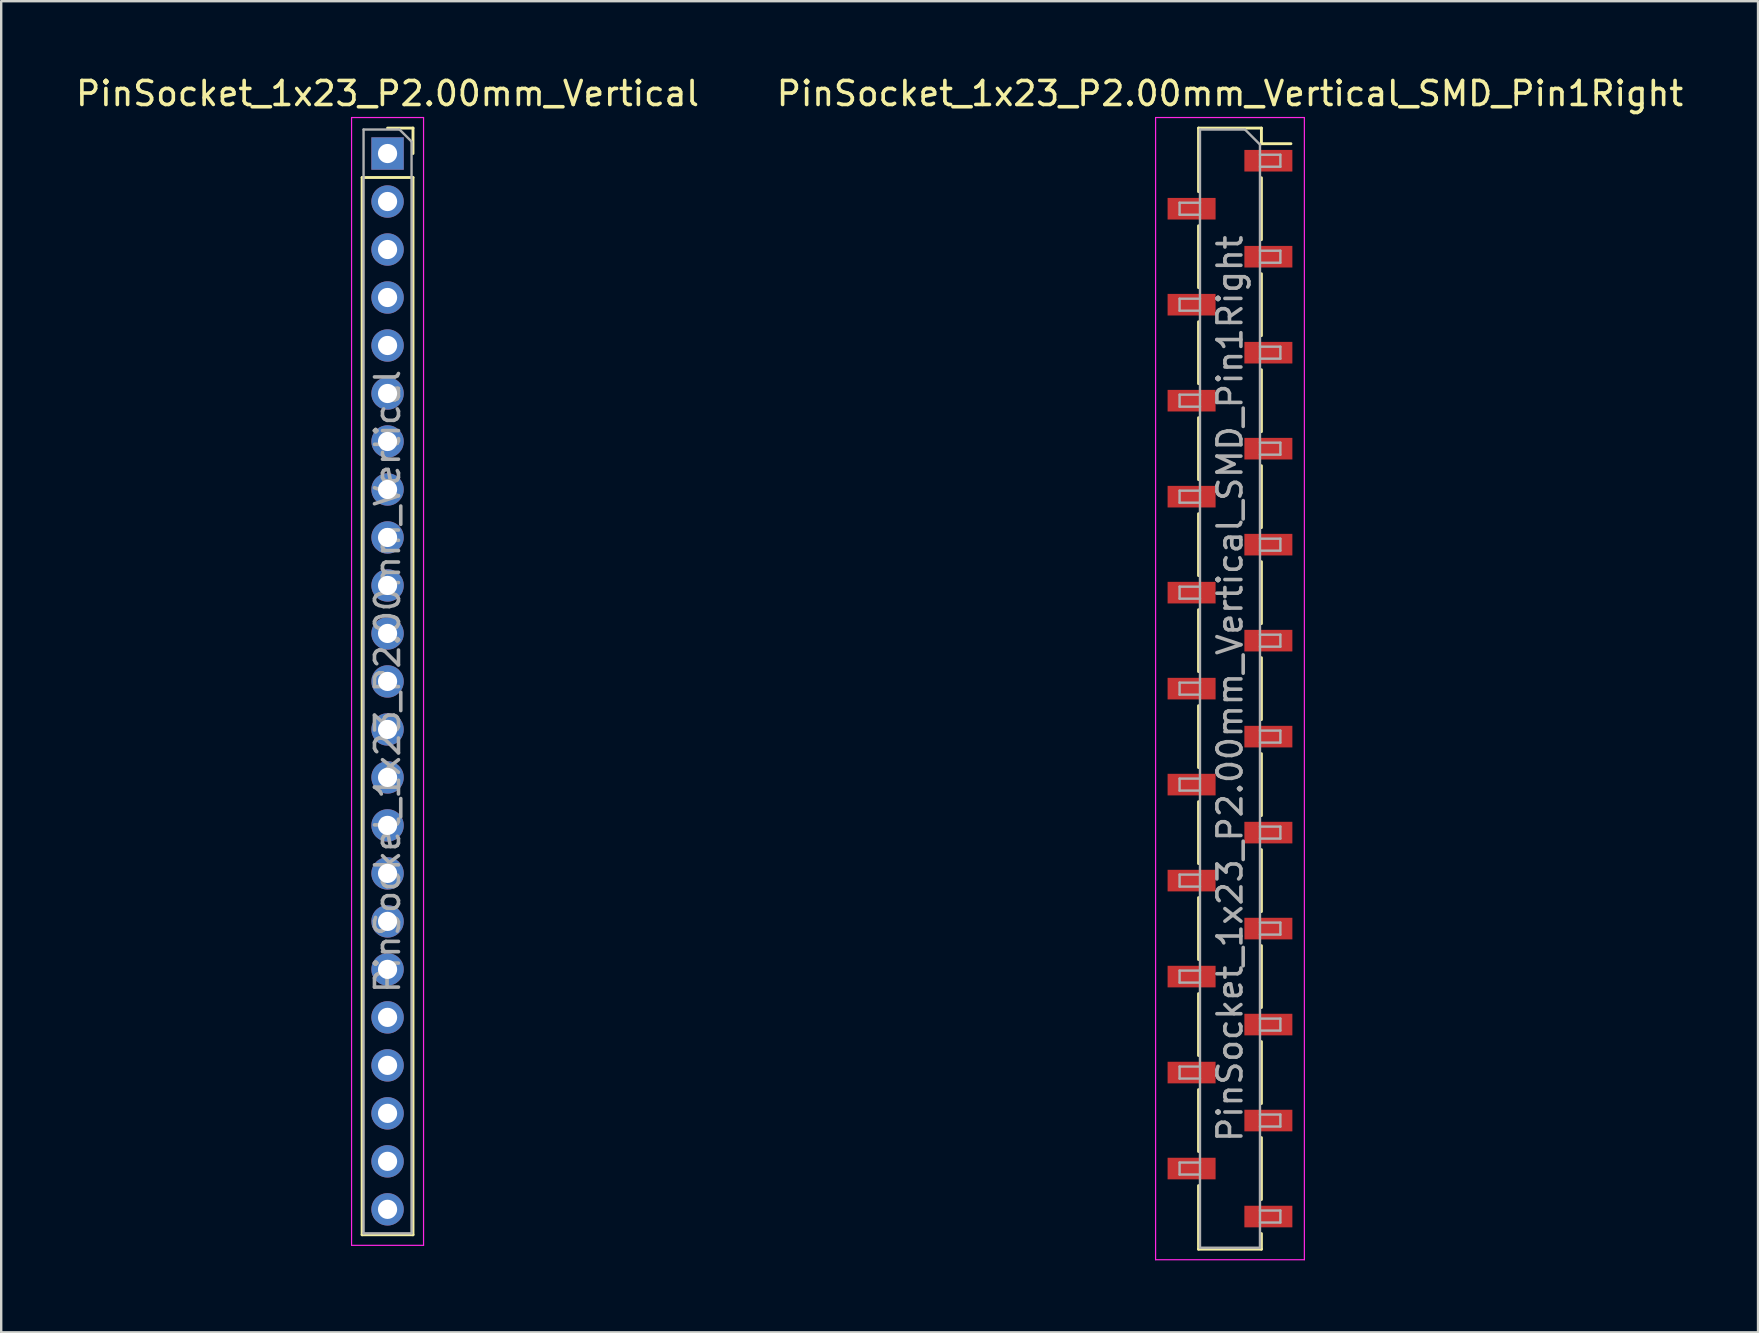
<source format=kicad_pcb>
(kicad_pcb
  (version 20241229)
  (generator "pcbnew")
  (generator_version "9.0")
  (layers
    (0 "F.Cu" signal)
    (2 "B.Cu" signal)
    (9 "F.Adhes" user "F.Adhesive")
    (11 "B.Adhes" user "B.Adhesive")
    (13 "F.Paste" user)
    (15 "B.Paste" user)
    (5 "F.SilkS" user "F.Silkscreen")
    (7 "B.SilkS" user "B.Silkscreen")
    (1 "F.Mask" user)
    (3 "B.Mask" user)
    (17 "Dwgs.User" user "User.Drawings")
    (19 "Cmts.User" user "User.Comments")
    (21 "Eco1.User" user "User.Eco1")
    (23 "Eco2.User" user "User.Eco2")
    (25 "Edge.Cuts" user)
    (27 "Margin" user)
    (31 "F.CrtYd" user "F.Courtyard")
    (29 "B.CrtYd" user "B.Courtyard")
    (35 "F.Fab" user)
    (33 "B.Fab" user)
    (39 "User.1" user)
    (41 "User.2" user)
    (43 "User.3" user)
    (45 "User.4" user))
  (footprint "PinSocket_1x23_P2.00mm_Vertical_SMD_Pin1Right"
    (layer "F.Cu")
    (at 48.208 25.648)
    (property "Reference" "PinSocket_1x23_P2.00mm_Vertical_SMD_Pin1Right" (at 0 -24.8 0) (layer "F.SilkS") (effects (font (size 1 1) (thickness 0.15))))
    (attr smd)
    (fp_line (start -1.31 -23.36) (end -1.31 -20.71) (stroke (width 0.12) (type solid)) (layer "F.SilkS"))
    (fp_line (start -1.31 -23.36) (end 1.31 -23.36) (stroke (width 0.12) (type solid)) (layer "F.SilkS"))
    (fp_line (start -1.31 -19.29) (end -1.31 -16.71) (stroke (width 0.12) (type solid)) (layer "F.SilkS"))
    (fp_line (start -1.31 -15.29) (end -1.31 -12.71) (stroke (width 0.12) (type solid)) (layer "F.SilkS"))
    (fp_line (start -1.31 -11.29) (end -1.31 -8.71) (stroke (width 0.12) (type solid)) (layer "F.SilkS"))
    (fp_line (start -1.31 -7.29) (end -1.31 -4.71) (stroke (width 0.12) (type solid)) (layer "F.SilkS"))
    (fp_line (start -1.31 -3.29) (end -1.31 -0.71) (stroke (width 0.12) (type solid)) (layer "F.SilkS"))
    (fp_line (start -1.31 0.71) (end -1.31 3.29) (stroke (width 0.12) (type solid)) (layer "F.SilkS"))
    (fp_line (start -1.31 4.71) (end -1.31 7.29) (stroke (width 0.12) (type solid)) (layer "F.SilkS"))
    (fp_line (start -1.31 8.71) (end -1.31 11.29) (stroke (width 0.12) (type solid)) (layer "F.SilkS"))
    (fp_line (start -1.31 12.71) (end -1.31 15.29) (stroke (width 0.12) (type solid)) (layer "F.SilkS"))
    (fp_line (start -1.31 16.71) (end -1.31 19.29) (stroke (width 0.12) (type solid)) (layer "F.SilkS"))
    (fp_line (start -1.31 20.71) (end -1.31 23.36) (stroke (width 0.12) (type solid)) (layer "F.SilkS"))
    (fp_line (start -1.31 23.36) (end 1.31 23.36) (stroke (width 0.12) (type solid)) (layer "F.SilkS"))
    (fp_line (start 1.31 -23.36) (end 1.31 -22.71) (stroke (width 0.12) (type solid)) (layer "F.SilkS"))
    (fp_line (start 1.31 -22.71) (end 2.54 -22.71) (stroke (width 0.12) (type solid)) (layer "F.SilkS"))
    (fp_line (start 1.31 -21.29) (end 1.31 -18.71) (stroke (width 0.12) (type solid)) (layer "F.SilkS"))
    (fp_line (start 1.31 -17.29) (end 1.31 -14.71) (stroke (width 0.12) (type solid)) (layer "F.SilkS"))
    (fp_line (start 1.31 -13.29) (end 1.31 -10.71) (stroke (width 0.12) (type solid)) (layer "F.SilkS"))
    (fp_line (start 1.31 -9.29) (end 1.31 -6.71) (stroke (width 0.12) (type solid)) (layer "F.SilkS"))
    (fp_line (start 1.31 -5.29) (end 1.31 -2.71) (stroke (width 0.12) (type solid)) (layer "F.SilkS"))
    (fp_line (start 1.31 -1.29) (end 1.31 1.29) (stroke (width 0.12) (type solid)) (layer "F.SilkS"))
    (fp_line (start 1.31 2.71) (end 1.31 5.29) (stroke (width 0.12) (type solid)) (layer "F.SilkS"))
    (fp_line (start 1.31 6.71) (end 1.31 9.29) (stroke (width 0.12) (type solid)) (layer "F.SilkS"))
    (fp_line (start 1.31 10.71) (end 1.31 13.29) (stroke (width 0.12) (type solid)) (layer "F.SilkS"))
    (fp_line (start 1.31 14.71) (end 1.31 17.29) (stroke (width 0.12) (type solid)) (layer "F.SilkS"))
    (fp_line (start 1.31 18.71) (end 1.31 21.29) (stroke (width 0.12) (type solid)) (layer "F.SilkS"))
    (fp_line (start 1.31 22.71) (end 1.31 23.36) (stroke (width 0.12) (type solid)) (layer "F.SilkS"))
    (fp_line (start -3.1 -23.8) (end 3.1 -23.8) (stroke (width 0.05) (type solid)) (layer "F.CrtYd"))
    (fp_line (start -3.1 23.8) (end -3.1 -23.8) (stroke (width 0.05) (type solid)) (layer "F.CrtYd"))
    (fp_line (start 3.1 -23.8) (end 3.1 23.8) (stroke (width 0.05) (type solid)) (layer "F.CrtYd"))
    (fp_line (start 3.1 23.8) (end -3.1 23.8) (stroke (width 0.05) (type solid)) (layer "F.CrtYd"))
    (fp_line (start -2.1 -20.25) (end -1.25 -20.25) (stroke (width 0.1) (type solid)) (layer "F.Fab"))
    (fp_line (start -2.1 -19.75) (end -2.1 -20.25) (stroke (width 0.1) (type solid)) (layer "F.Fab"))
    (fp_line (start -2.1 -16.25) (end -1.25 -16.25) (stroke (width 0.1) (type solid)) (layer "F.Fab"))
    (fp_line (start -2.1 -15.75) (end -2.1 -16.25) (stroke (width 0.1) (type solid)) (layer "F.Fab"))
    (fp_line (start -2.1 -12.25) (end -1.25 -12.25) (stroke (width 0.1) (type solid)) (layer "F.Fab"))
    (fp_line (start -2.1 -11.75) (end -2.1 -12.25) (stroke (width 0.1) (type solid)) (layer "F.Fab"))
    (fp_line (start -2.1 -8.25) (end -1.25 -8.25) (stroke (width 0.1) (type solid)) (layer "F.Fab"))
    (fp_line (start -2.1 -7.75) (end -2.1 -8.25) (stroke (width 0.1) (type solid)) (layer "F.Fab"))
    (fp_line (start -2.1 -4.25) (end -1.25 -4.25) (stroke (width 0.1) (type solid)) (layer "F.Fab"))
    (fp_line (start -2.1 -3.75) (end -2.1 -4.25) (stroke (width 0.1) (type solid)) (layer "F.Fab"))
    (fp_line (start -2.1 -0.25) (end -1.25 -0.25) (stroke (width 0.1) (type solid)) (layer "F.Fab"))
    (fp_line (start -2.1 0.25) (end -2.1 -0.25) (stroke (width 0.1) (type solid)) (layer "F.Fab"))
    (fp_line (start -2.1 3.75) (end -1.25 3.75) (stroke (width 0.1) (type solid)) (layer "F.Fab"))
    (fp_line (start -2.1 4.25) (end -2.1 3.75) (stroke (width 0.1) (type solid)) (layer "F.Fab"))
    (fp_line (start -2.1 7.75) (end -1.25 7.75) (stroke (width 0.1) (type solid)) (layer "F.Fab"))
    (fp_line (start -2.1 8.25) (end -2.1 7.75) (stroke (width 0.1) (type solid)) (layer "F.Fab"))
    (fp_line (start -2.1 11.75) (end -1.25 11.75) (stroke (width 0.1) (type solid)) (layer "F.Fab"))
    (fp_line (start -2.1 12.25) (end -2.1 11.75) (stroke (width 0.1) (type solid)) (layer "F.Fab"))
    (fp_line (start -2.1 15.75) (end -1.25 15.75) (stroke (width 0.1) (type solid)) (layer "F.Fab"))
    (fp_line (start -2.1 16.25) (end -2.1 15.75) (stroke (width 0.1) (type solid)) (layer "F.Fab"))
    (fp_line (start -2.1 19.75) (end -1.25 19.75) (stroke (width 0.1) (type solid)) (layer "F.Fab"))
    (fp_line (start -2.1 20.25) (end -2.1 19.75) (stroke (width 0.1) (type solid)) (layer "F.Fab"))
    (fp_line (start -1.25 -23.3) (end 0.625 -23.3) (stroke (width 0.1) (type solid)) (layer "F.Fab"))
    (fp_line (start -1.25 -19.75) (end -2.1 -19.75) (stroke (width 0.1) (type solid)) (layer "F.Fab"))
    (fp_line (start -1.25 -15.75) (end -2.1 -15.75) (stroke (width 0.1) (type solid)) (layer "F.Fab"))
    (fp_line (start -1.25 -11.75) (end -2.1 -11.75) (stroke (width 0.1) (type solid)) (layer "F.Fab"))
    (fp_line (start -1.25 -7.75) (end -2.1 -7.75) (stroke (width 0.1) (type solid)) (layer "F.Fab"))
    (fp_line (start -1.25 -3.75) (end -2.1 -3.75) (stroke (width 0.1) (type solid)) (layer "F.Fab"))
    (fp_line (start -1.25 0.25) (end -2.1 0.25) (stroke (width 0.1) (type solid)) (layer "F.Fab"))
    (fp_line (start -1.25 4.25) (end -2.1 4.25) (stroke (width 0.1) (type solid)) (layer "F.Fab"))
    (fp_line (start -1.25 8.25) (end -2.1 8.25) (stroke (width 0.1) (type solid)) (layer "F.Fab"))
    (fp_line (start -1.25 12.25) (end -2.1 12.25) (stroke (width 0.1) (type solid)) (layer "F.Fab"))
    (fp_line (start -1.25 16.25) (end -2.1 16.25) (stroke (width 0.1) (type solid)) (layer "F.Fab"))
    (fp_line (start -1.25 20.25) (end -2.1 20.25) (stroke (width 0.1) (type solid)) (layer "F.Fab"))
    (fp_line (start -1.25 23.3) (end -1.25 -23.3) (stroke (width 0.1) (type solid)) (layer "F.Fab"))
    (fp_line (start 0.625 -23.3) (end 1.25 -22.675) (stroke (width 0.1) (type solid)) (layer "F.Fab"))
    (fp_line (start 1.25 -22.675) (end 1.25 23.3) (stroke (width 0.1) (type solid)) (layer "F.Fab"))
    (fp_line (start 1.25 -22.25) (end 2.1 -22.25) (stroke (width 0.1) (type solid)) (layer "F.Fab"))
    (fp_line (start 1.25 -18.25) (end 2.1 -18.25) (stroke (width 0.1) (type solid)) (layer "F.Fab"))
    (fp_line (start 1.25 -14.25) (end 2.1 -14.25) (stroke (width 0.1) (type solid)) (layer "F.Fab"))
    (fp_line (start 1.25 -10.25) (end 2.1 -10.25) (stroke (width 0.1) (type solid)) (layer "F.Fab"))
    (fp_line (start 1.25 -6.25) (end 2.1 -6.25) (stroke (width 0.1) (type solid)) (layer "F.Fab"))
    (fp_line (start 1.25 -2.25) (end 2.1 -2.25) (stroke (width 0.1) (type solid)) (layer "F.Fab"))
    (fp_line (start 1.25 1.75) (end 2.1 1.75) (stroke (width 0.1) (type solid)) (layer "F.Fab"))
    (fp_line (start 1.25 5.75) (end 2.1 5.75) (stroke (width 0.1) (type solid)) (layer "F.Fab"))
    (fp_line (start 1.25 9.75) (end 2.1 9.75) (stroke (width 0.1) (type solid)) (layer "F.Fab"))
    (fp_line (start 1.25 13.75) (end 2.1 13.75) (stroke (width 0.1) (type solid)) (layer "F.Fab"))
    (fp_line (start 1.25 17.75) (end 2.1 17.75) (stroke (width 0.1) (type solid)) (layer "F.Fab"))
    (fp_line (start 1.25 21.75) (end 2.1 21.75) (stroke (width 0.1) (type solid)) (layer "F.Fab"))
    (fp_line (start 1.25 23.3) (end -1.25 23.3) (stroke (width 0.1) (type solid)) (layer "F.Fab"))
    (fp_line (start 2.1 -22.25) (end 2.1 -21.75) (stroke (width 0.1) (type solid)) (layer "F.Fab"))
    (fp_line (start 2.1 -21.75) (end 1.25 -21.75) (stroke (width 0.1) (type solid)) (layer "F.Fab"))
    (fp_line (start 2.1 -18.25) (end 2.1 -17.75) (stroke (width 0.1) (type solid)) (layer "F.Fab"))
    (fp_line (start 2.1 -17.75) (end 1.25 -17.75) (stroke (width 0.1) (type solid)) (layer "F.Fab"))
    (fp_line (start 2.1 -14.25) (end 2.1 -13.75) (stroke (width 0.1) (type solid)) (layer "F.Fab"))
    (fp_line (start 2.1 -13.75) (end 1.25 -13.75) (stroke (width 0.1) (type solid)) (layer "F.Fab"))
    (fp_line (start 2.1 -10.25) (end 2.1 -9.75) (stroke (width 0.1) (type solid)) (layer "F.Fab"))
    (fp_line (start 2.1 -9.75) (end 1.25 -9.75) (stroke (width 0.1) (type solid)) (layer "F.Fab"))
    (fp_line (start 2.1 -6.25) (end 2.1 -5.75) (stroke (width 0.1) (type solid)) (layer "F.Fab"))
    (fp_line (start 2.1 -5.75) (end 1.25 -5.75) (stroke (width 0.1) (type solid)) (layer "F.Fab"))
    (fp_line (start 2.1 -2.25) (end 2.1 -1.75) (stroke (width 0.1) (type solid)) (layer "F.Fab"))
    (fp_line (start 2.1 -1.75) (end 1.25 -1.75) (stroke (width 0.1) (type solid)) (layer "F.Fab"))
    (fp_line (start 2.1 1.75) (end 2.1 2.25) (stroke (width 0.1) (type solid)) (layer "F.Fab"))
    (fp_line (start 2.1 2.25) (end 1.25 2.25) (stroke (width 0.1) (type solid)) (layer "F.Fab"))
    (fp_line (start 2.1 5.75) (end 2.1 6.25) (stroke (width 0.1) (type solid)) (layer "F.Fab"))
    (fp_line (start 2.1 6.25) (end 1.25 6.25) (stroke (width 0.1) (type solid)) (layer "F.Fab"))
    (fp_line (start 2.1 9.75) (end 2.1 10.25) (stroke (width 0.1) (type solid)) (layer "F.Fab"))
    (fp_line (start 2.1 10.25) (end 1.25 10.25) (stroke (width 0.1) (type solid)) (layer "F.Fab"))
    (fp_line (start 2.1 13.75) (end 2.1 14.25) (stroke (width 0.1) (type solid)) (layer "F.Fab"))
    (fp_line (start 2.1 14.25) (end 1.25 14.25) (stroke (width 0.1) (type solid)) (layer "F.Fab"))
    (fp_line (start 2.1 17.75) (end 2.1 18.25) (stroke (width 0.1) (type solid)) (layer "F.Fab"))
    (fp_line (start 2.1 18.25) (end 1.25 18.25) (stroke (width 0.1) (type solid)) (layer "F.Fab"))
    (fp_line (start 2.1 21.75) (end 2.1 22.25) (stroke (width 0.1) (type solid)) (layer "F.Fab"))
    (fp_line (start 2.1 22.25) (end 1.25 22.25) (stroke (width 0.1) (type solid)) (layer "F.Fab"))
    (fp_text user "${REFERENCE}" (at 0 0 90) (layer "F.Fab") (effects (font (size 1 1) (thickness 0.15))))
    (pad "1" smd rect (at 1.6 -22) (size 2 0.9) (layers "F.Cu" "F.Mask" "F.Paste"))
    (pad "2" smd rect (at -1.6 -20) (size 2 0.9) (layers "F.Cu" "F.Mask" "F.Paste"))
    (pad "3" smd rect (at 1.6 -18) (size 2 0.9) (layers "F.Cu" "F.Mask" "F.Paste"))
    (pad "4" smd rect (at -1.6 -16) (size 2 0.9) (layers "F.Cu" "F.Mask" "F.Paste"))
    (pad "5" smd rect (at 1.6 -14) (size 2 0.9) (layers "F.Cu" "F.Mask" "F.Paste"))
    (pad "6" smd rect (at -1.6 -12) (size 2 0.9) (layers "F.Cu" "F.Mask" "F.Paste"))
    (pad "7" smd rect (at 1.6 -10) (size 2 0.9) (layers "F.Cu" "F.Mask" "F.Paste"))
    (pad "8" smd rect (at -1.6 -8) (size 2 0.9) (layers "F.Cu" "F.Mask" "F.Paste"))
    (pad "9" smd rect (at 1.6 -6) (size 2 0.9) (layers "F.Cu" "F.Mask" "F.Paste"))
    (pad "10" smd rect (at -1.6 -4) (size 2 0.9) (layers "F.Cu" "F.Mask" "F.Paste"))
    (pad "11" smd rect (at 1.6 -2) (size 2 0.9) (layers "F.Cu" "F.Mask" "F.Paste"))
    (pad "12" smd rect (at -1.6 0) (size 2 0.9) (layers "F.Cu" "F.Mask" "F.Paste"))
    (pad "13" smd rect (at 1.6 2) (size 2 0.9) (layers "F.Cu" "F.Mask" "F.Paste"))
    (pad "14" smd rect (at -1.6 4) (size 2 0.9) (layers "F.Cu" "F.Mask" "F.Paste"))
    (pad "15" smd rect (at 1.6 6) (size 2 0.9) (layers "F.Cu" "F.Mask" "F.Paste"))
    (pad "16" smd rect (at -1.6 8) (size 2 0.9) (layers "F.Cu" "F.Mask" "F.Paste"))
    (pad "17" smd rect (at 1.6 10) (size 2 0.9) (layers "F.Cu" "F.Mask" "F.Paste"))
    (pad "18" smd rect (at -1.6 12) (size 2 0.9) (layers "F.Cu" "F.Mask" "F.Paste"))
    (pad "19" smd rect (at 1.6 14) (size 2 0.9) (layers "F.Cu" "F.Mask" "F.Paste"))
    (pad "20" smd rect (at -1.6 16) (size 2 0.9) (layers "F.Cu" "F.Mask" "F.Paste"))
    (pad "21" smd rect (at 1.6 18) (size 2 0.9) (layers "F.Cu" "F.Mask" "F.Paste"))
    (pad "22" smd rect (at -1.6 20) (size 2 0.9) (layers "F.Cu" "F.Mask" "F.Paste"))
    (pad "23" smd rect (at 1.6 22) (size 2 0.9) (layers "F.Cu" "F.Mask" "F.Paste")))
  (footprint "PinSocket_1x23_P2.00mm_Vertical"
    (layer "F.Cu")
    (at 13.101 3.348)
    (property "Reference" "PinSocket_1x23_P2.00mm_Vertical" (at 0 -2.5 0) (layer "F.SilkS") (effects (font (size 1 1) (thickness 0.15))))
    (attr through_hole)
    (fp_line (start -1.06 1) (end -1.06 45.06) (stroke (width 0.12) (type solid)) (layer "F.SilkS"))
    (fp_line (start -1.06 1) (end 1.06 1) (stroke (width 0.12) (type solid)) (layer "F.SilkS"))
    (fp_line (start -1.06 45.06) (end 1.06 45.06) (stroke (width 0.12) (type solid)) (layer "F.SilkS"))
    (fp_line (start 0 -1.06) (end 1.06 -1.06) (stroke (width 0.12) (type solid)) (layer "F.SilkS"))
    (fp_line (start 1.06 -1.06) (end 1.06 0) (stroke (width 0.12) (type solid)) (layer "F.SilkS"))
    (fp_line (start 1.06 1) (end 1.06 45.06) (stroke (width 0.12) (type solid)) (layer "F.SilkS"))
    (fp_line (start -1.5 -1.5) (end 1.5 -1.5) (stroke (width 0.05) (type solid)) (layer "F.CrtYd"))
    (fp_line (start -1.5 45.5) (end -1.5 -1.5) (stroke (width 0.05) (type solid)) (layer "F.CrtYd"))
    (fp_line (start 1.5 -1.5) (end 1.5 45.5) (stroke (width 0.05) (type solid)) (layer "F.CrtYd"))
    (fp_line (start 1.5 45.5) (end -1.5 45.5) (stroke (width 0.05) (type solid)) (layer "F.CrtYd"))
    (fp_line (start -1 -1) (end 0.5 -1) (stroke (width 0.1) (type solid)) (layer "F.Fab"))
    (fp_line (start -1 45) (end -1 -1) (stroke (width 0.1) (type solid)) (layer "F.Fab"))
    (fp_line (start 0.5 -1) (end 1 -0.5) (stroke (width 0.1) (type solid)) (layer "F.Fab"))
    (fp_line (start 1 -0.5) (end 1 45) (stroke (width 0.1) (type solid)) (layer "F.Fab"))
    (fp_line (start 1 45) (end -1 45) (stroke (width 0.1) (type solid)) (layer "F.Fab"))
    (fp_text user "${REFERENCE}" (at 0 22 90) (layer "F.Fab") (effects (font (size 1 1) (thickness 0.15))))
    (pad "1" thru_hole rect (at 0 0) (size 1.35 1.35) (drill 0.8) (layers "*.Cu" "*.Mask"))
    (pad "2" thru_hole circle (at 0 2) (size 1.35 1.35) (drill 0.8) (layers "*.Cu" "*.Mask"))
    (pad "3" thru_hole circle (at 0 4) (size 1.35 1.35) (drill 0.8) (layers "*.Cu" "*.Mask"))
    (pad "4" thru_hole circle (at 0 6) (size 1.35 1.35) (drill 0.8) (layers "*.Cu" "*.Mask"))
    (pad "5" thru_hole circle (at 0 8) (size 1.35 1.35) (drill 0.8) (layers "*.Cu" "*.Mask"))
    (pad "6" thru_hole circle (at 0 10) (size 1.35 1.35) (drill 0.8) (layers "*.Cu" "*.Mask"))
    (pad "7" thru_hole circle (at 0 12) (size 1.35 1.35) (drill 0.8) (layers "*.Cu" "*.Mask"))
    (pad "8" thru_hole circle (at 0 14) (size 1.35 1.35) (drill 0.8) (layers "*.Cu" "*.Mask"))
    (pad "9" thru_hole circle (at 0 16) (size 1.35 1.35) (drill 0.8) (layers "*.Cu" "*.Mask"))
    (pad "10" thru_hole circle (at 0 18) (size 1.35 1.35) (drill 0.8) (layers "*.Cu" "*.Mask"))
    (pad "11" thru_hole circle (at 0 20) (size 1.35 1.35) (drill 0.8) (layers "*.Cu" "*.Mask"))
    (pad "12" thru_hole circle (at 0 22) (size 1.35 1.35) (drill 0.8) (layers "*.Cu" "*.Mask"))
    (pad "13" thru_hole circle (at 0 24) (size 1.35 1.35) (drill 0.8) (layers "*.Cu" "*.Mask"))
    (pad "14" thru_hole circle (at 0 26) (size 1.35 1.35) (drill 0.8) (layers "*.Cu" "*.Mask"))
    (pad "15" thru_hole circle (at 0 28) (size 1.35 1.35) (drill 0.8) (layers "*.Cu" "*.Mask"))
    (pad "16" thru_hole circle (at 0 30) (size 1.35 1.35) (drill 0.8) (layers "*.Cu" "*.Mask"))
    (pad "17" thru_hole circle (at 0 32) (size 1.35 1.35) (drill 0.8) (layers "*.Cu" "*.Mask"))
    (pad "18" thru_hole circle (at 0 34) (size 1.35 1.35) (drill 0.8) (layers "*.Cu" "*.Mask"))
    (pad "19" thru_hole circle (at 0 36) (size 1.35 1.35) (drill 0.8) (layers "*.Cu" "*.Mask"))
    (pad "20" thru_hole circle (at 0 38) (size 1.35 1.35) (drill 0.8) (layers "*.Cu" "*.Mask"))
    (pad "21" thru_hole circle (at 0 40) (size 1.35 1.35) (drill 0.8) (layers "*.Cu" "*.Mask"))
    (pad "22" thru_hole circle (at 0 42) (size 1.35 1.35) (drill 0.8) (layers "*.Cu" "*.Mask"))
    (pad "23" thru_hole circle (at 0 44) (size 1.35 1.35) (drill 0.8) (layers "*.Cu" "*.Mask")))
  (gr_rect
    (start -3 -3)
    (end 70.214 52.473)
    (stroke (width 0.1) (type default))
    (fill no)
    (layer "Edge.Cuts")))
</source>
